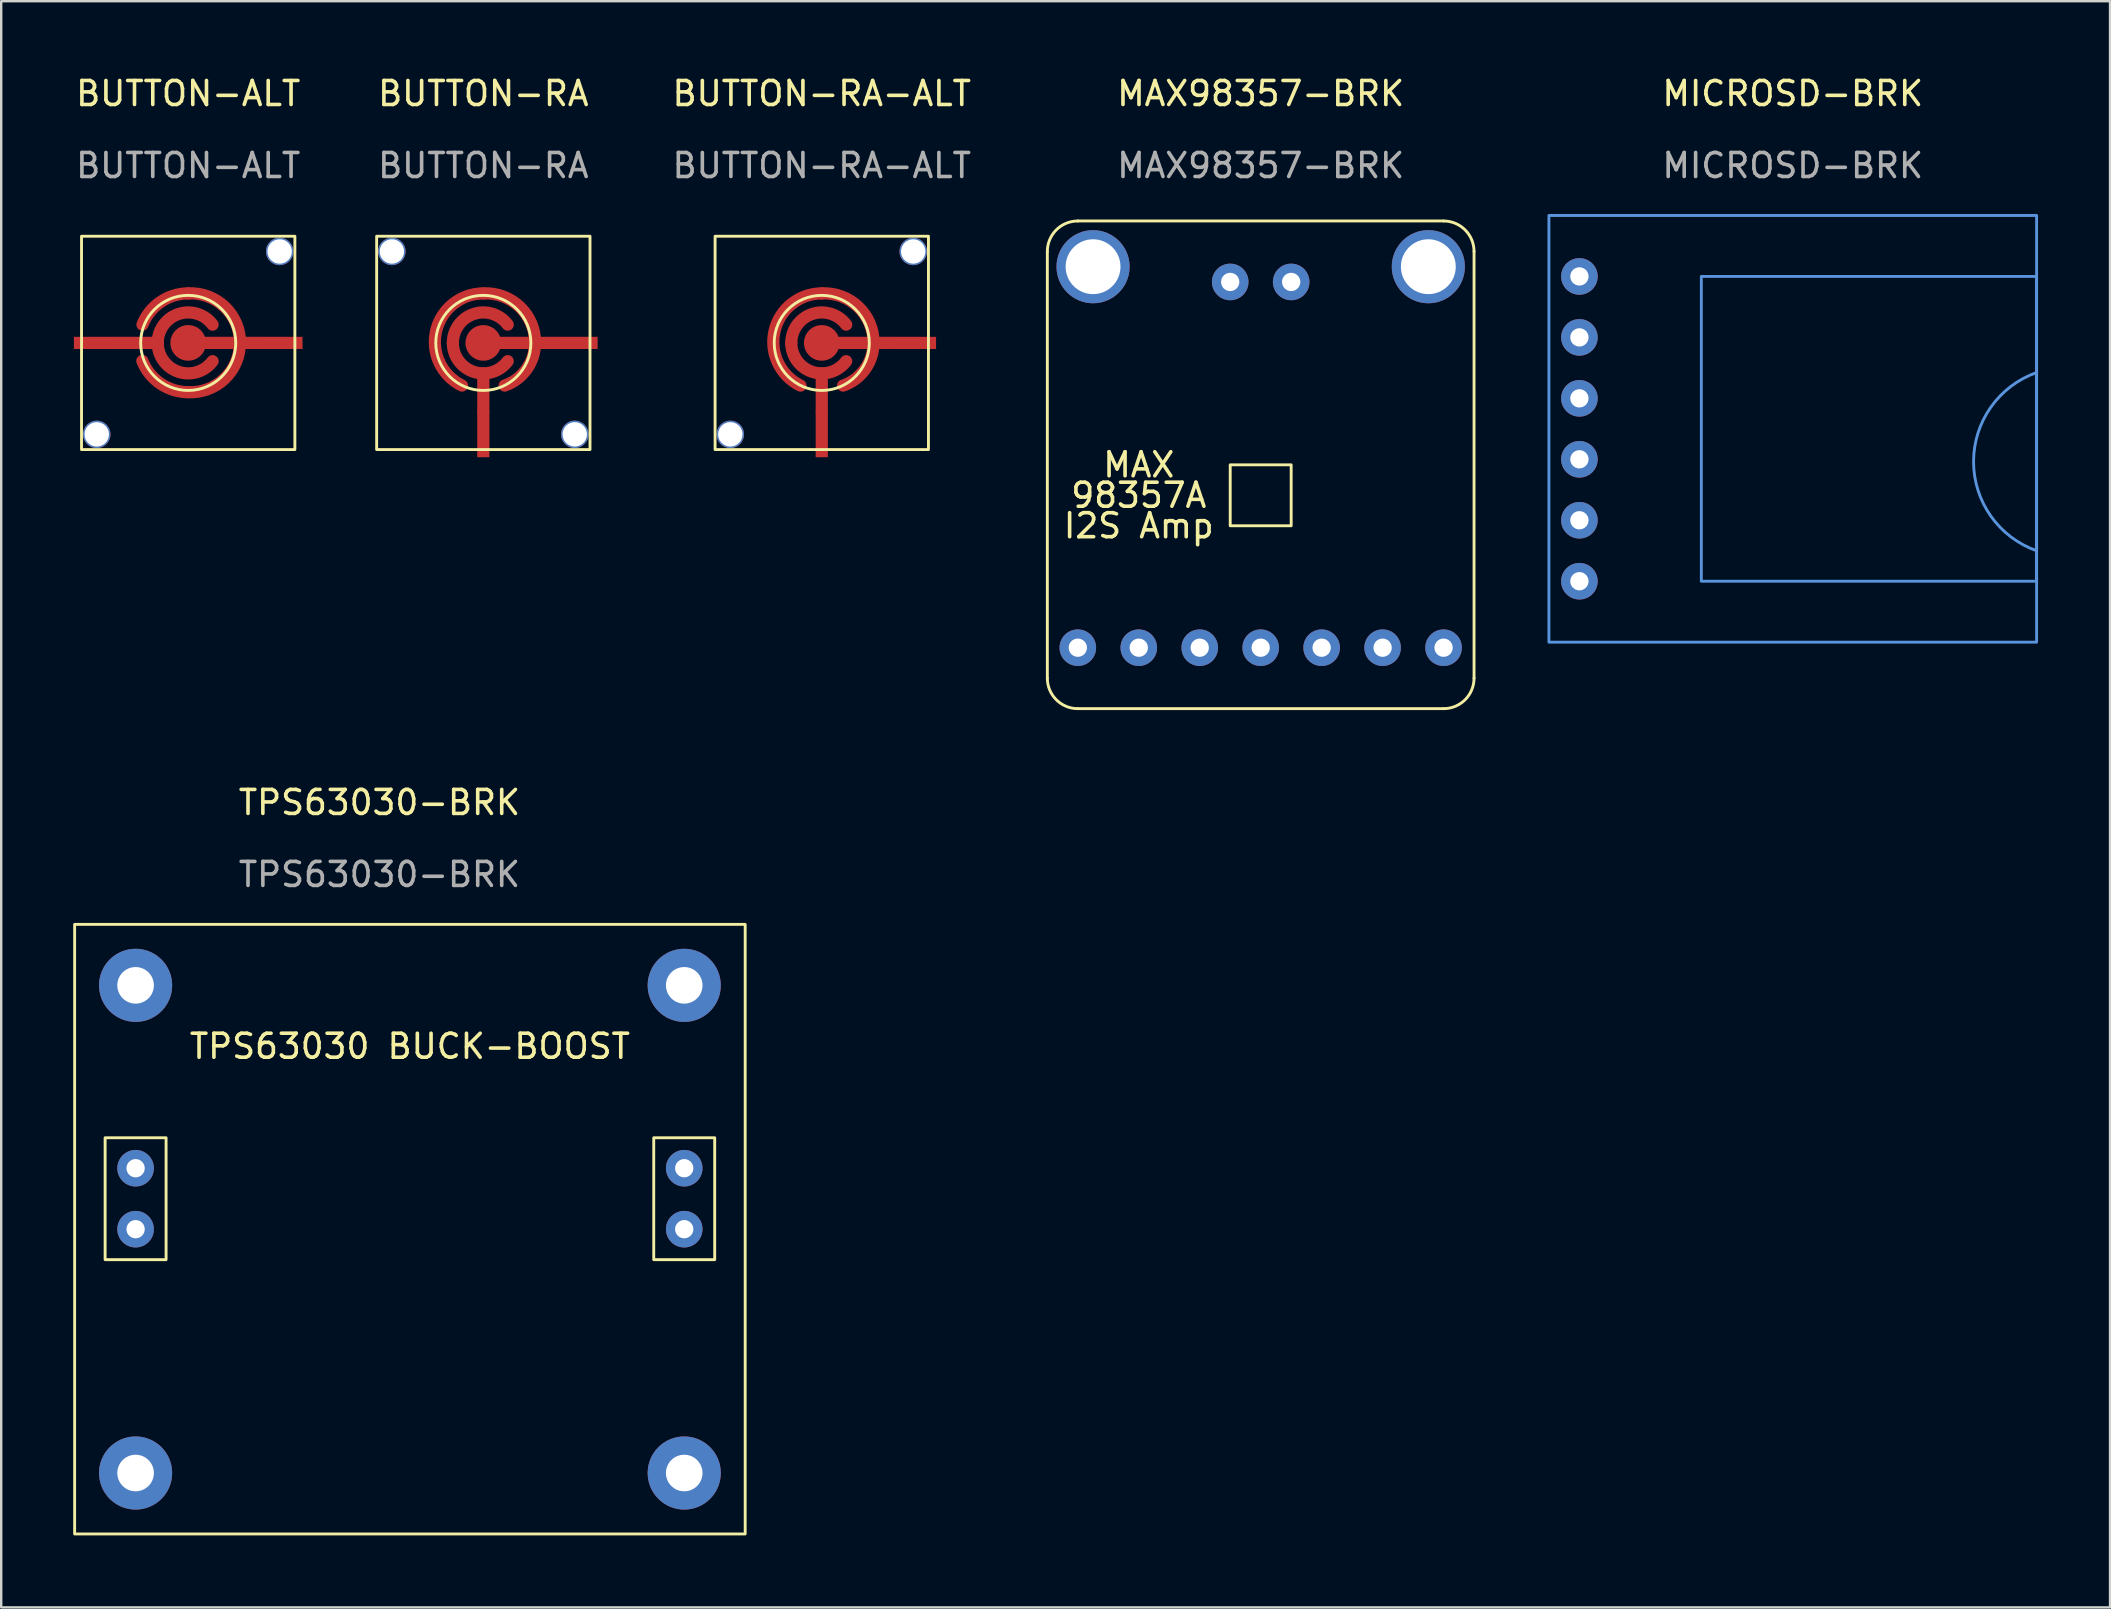
<source format=kicad_pcb>
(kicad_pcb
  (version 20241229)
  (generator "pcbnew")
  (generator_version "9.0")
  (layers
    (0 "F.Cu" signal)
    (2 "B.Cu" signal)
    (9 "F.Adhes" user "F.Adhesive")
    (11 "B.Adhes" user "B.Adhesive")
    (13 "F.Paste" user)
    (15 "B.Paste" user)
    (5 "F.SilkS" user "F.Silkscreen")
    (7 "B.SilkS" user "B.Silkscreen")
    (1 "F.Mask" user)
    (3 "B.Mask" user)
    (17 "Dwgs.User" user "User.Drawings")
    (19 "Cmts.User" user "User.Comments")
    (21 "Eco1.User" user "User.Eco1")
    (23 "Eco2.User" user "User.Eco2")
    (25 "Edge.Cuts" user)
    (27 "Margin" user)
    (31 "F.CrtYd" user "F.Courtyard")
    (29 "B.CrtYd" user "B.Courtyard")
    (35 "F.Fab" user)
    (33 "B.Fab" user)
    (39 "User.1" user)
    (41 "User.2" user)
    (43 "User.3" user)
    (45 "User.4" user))
  (footprint "BUTTON-RA-ALT"
    (layer "F.Cu")
    (at 31.191 11.238)
    (property "Reference" "BUTTON-RA-ALT" (at 0 -10.39 0) (unlocked yes) (layer "F.SilkS") (effects (font (size 1 1) (thickness 0.15))))
    (attr smd)
    (fp_line (start 0 2.857) (end 0 1.27) (stroke (width 0.508) (type solid)) (layer "F.Cu"))
    (fp_line (start 2.159 0) (end 0 0) (stroke (width 0.508) (type solid)) (layer "F.Cu"))
    (fp_line (start 2.159 0) (end 2.857 0) (stroke (width 0.508) (type solid)) (layer "F.Cu"))
    (fp_arc (start -1.27 0) (mid -0.401562 -1.204684) (end 1.016 -0.762) (stroke (width 0.508) (type solid)) (layer "F.Cu"))
    (fp_arc (start -0.889 1.778) (mid -1.967542 -0.495438) (end 0.000242 -2.06375) (stroke (width 0.508) (type solid)) (layer "F.Cu"))
    (fp_arc (start 0.000242 -2.06375) (mid 1.523981 -1.496692) (end 2.159 0) (stroke (width 0.508) (type solid)) (layer "F.Cu"))
    (fp_arc (start 1.016 0.762) (mid -0.40156 1.20468) (end -1.27 0) (stroke (width 0.508) (type solid)) (layer "F.Cu"))
    (fp_arc (start 2.152956 -0.006044) (mid 1.807582 1.089031) (end 0.889 1.778) (stroke (width 0.508) (type solid)) (layer "F.Cu"))
    (fp_circle (center 0 0) (end 0.642 0) (stroke (width 0.2) (type solid)) (fill yes) (layer "F.Cu"))
    (fp_rect (start -3.81 -3.81) (end 3.81 3.81) (stroke (width 0.12) (type solid)) (fill yes) (layer "F.Mask"))
    (fp_rect (start -4.445 -4.445) (end 4.445 4.445) (stroke (width 0.12) (type solid)) (fill no) (layer "F.SilkS"))
    (fp_circle (center 0 0) (end 1.981 0) (stroke (width 0.12) (type solid)) (fill no) (layer "F.SilkS"))
    (fp_text user "${REFERENCE}" (at 0 -7.39 0) (unlocked yes) (layer "F.Fab") (effects (font (size 1 1) (thickness 0.15))))
    (pad "" np_thru_hole circle (at -3.81 3.81 90) (size 1.143 1.143) (drill 1.016) (layers "*.Cu" "*.Mask"))
    (pad "" np_thru_hole circle (at 3.81 -3.81 90) (size 1.143 1.143) (drill 1.016) (layers "*.Cu" "*.Mask"))
    (pad "1" smd rect (at 0 4.445 90) (size 1.905 0.508) (drill (offset 0.635 0)) (layers "F.Cu" "F.Mask" "F.Paste"))
    (pad "2" smd rect (at 4.445 0) (size 1.905 0.508) (drill (offset -0.635 0)) (layers "F.Cu" "F.Mask" "F.Paste"))
    (zone (net_name "") (layer "F.Cu") (hatch edge 0.508) (connect_pads) (min_thickness 0.254) (filled_areas_thickness no) (keepout (tracks not_allowed) (vias not_allowed) (pads not_allowed) (copperpour not_allowed) (footprints not_allowed)) (placement (enabled no)) (fill) (polygon (pts (xy 34.366 9.333) (xy 34.366 13.143) (xy 33.096 14.413) (xy 29.286 14.413) (xy 28.016 13.143) (xy 28.016 9.333) (xy 29.286 8.063) (xy 33.096 8.063)))))
  (footprint "MICROSD-BRK"
    (layer "F.Cu")
    (at 71.65 11.008)
    (property "Reference" "MICROSD-BRK" (at 0 -10.16 0) (unlocked yes) (layer "F.SilkS") (effects (font (size 1 1) (thickness 0.15))))
    (attr through_hole)
    (fp_rect (start -10.16 -5.08) (end 10.16 12.7) (stroke (width 0.12) (type solid)) (fill no) (layer "Cmts.User"))
    (fp_rect (start 10.16 -2.54) (end -3.81 10.16) (stroke (width 0.12) (type solid)) (fill no) (layer "Cmts.User"))
    (fp_arc (start 10.16 8.89) (mid 7.533565 5.177759) (end 10.16 1.465517) (stroke (width 0.12) (type solid)) (layer "Cmts.User"))
    (fp_text user "${REFERENCE}" (at 0 -7.16 0) (unlocked yes) (layer "F.Fab") (effects (font (size 1 1) (thickness 0.15))))
    (pad "1" thru_hole circle (at -8.89 -2.54) (size 1.524 1.524) (drill 0.762) (layers "*.Cu" "*.Mask"))
    (pad "2" thru_hole circle (at -8.89 0) (size 1.524 1.524) (drill 0.762) (layers "*.Cu" "*.Mask"))
    (pad "3" thru_hole circle (at -8.89 2.54) (size 1.524 1.524) (drill 0.762) (layers "*.Cu" "*.Mask"))
    (pad "4" thru_hole circle (at -8.89 5.08) (size 1.524 1.524) (drill 0.762) (layers "*.Cu" "*.Mask"))
    (pad "5" thru_hole circle (at -8.89 7.62) (size 1.524 1.524) (drill 0.762) (layers "*.Cu" "*.Mask"))
    (pad "6" thru_hole circle (at -8.89 10.16) (size 1.524 1.524) (drill 0.762) (layers "*.Cu" "*.Mask")))
  (footprint "TPS63030-BRK"
    (layer "F.Cu")
    (at 12.76 40.547)
    (property "Reference" "TPS63030-BRK" (at 0 -10.16 0) (unlocked yes) (layer "F.SilkS") (effects (font (size 1 1) (thickness 0.15))))
    (attr through_hole)
    (fp_rect (start -12.7 -5.08) (end 15.24 20.32) (stroke (width 0.12) (type solid)) (fill no) (layer "F.SilkS"))
    (fp_rect (start -11.43 3.81) (end -8.89 8.89) (stroke (width 0.12) (type solid)) (fill no) (layer "F.SilkS"))
    (fp_rect (start 11.43 3.81) (end 13.97 8.89) (stroke (width 0.12) (type solid)) (fill no) (layer "F.SilkS"))
    (fp_text user "TPS63030 BUCK-BOOST" (at 1.27 0 0) (unlocked yes) (layer "F.SilkS") (effects (font (size 1 1) (thickness 0.15))))
    (fp_text user "${REFERENCE}" (at 0 -7.16 0) (unlocked yes) (layer "F.Fab") (effects (font (size 1 1) (thickness 0.15))))
    (pad "" np_thru_hole circle (at -10.16 -2.54) (size 3.048 3.048) (drill 1.524) (layers "*.Cu" "*.Mask"))
    (pad "" np_thru_hole circle (at -10.16 17.78) (size 3.048 3.048) (drill 1.524) (layers "*.Cu" "*.Mask"))
    (pad "" np_thru_hole circle (at 12.7 -2.54) (size 3.048 3.048) (drill 1.524) (layers "*.Cu" "*.Mask"))
    (pad "" np_thru_hole circle (at 12.7 17.78) (size 3.048 3.048) (drill 1.524) (layers "*.Cu" "*.Mask"))
    (pad "1" thru_hole circle (at -10.16 5.08) (size 1.524 1.524) (drill 0.762) (layers "*.Cu" "*.Mask"))
    (pad "2" thru_hole circle (at -10.16 7.62) (size 1.524 1.524) (drill 0.762) (layers "*.Cu" "*.Mask"))
    (pad "3" thru_hole circle (at 12.7 7.62) (size 1.524 1.524) (drill 0.762) (layers "*.Cu" "*.Mask"))
    (pad "4" thru_hole circle (at 12.7 5.08) (size 1.524 1.524) (drill 0.762) (layers "*.Cu" "*.Mask")))
  (footprint "MAX98357-BRK"
    (layer "F.Cu")
    (at 49.48 16.318)
    (property "Reference" "MAX98357-BRK" (at 0 -15.47 0) (unlocked yes) (layer "F.SilkS") (effects (font (size 1 1) (thickness 0.15))))
    (attr through_hole)
    (fp_line (start -8.89 8.89) (end -8.89 -8.89) (stroke (width 0.12) (type solid)) (layer "F.SilkS"))
    (fp_line (start -7.62 -10.16) (end 7.62 -10.16) (stroke (width 0.12) (type solid)) (layer "F.SilkS"))
    (fp_line (start 7.62 10.16) (end -7.62 10.16) (stroke (width 0.12) (type solid)) (layer "F.SilkS"))
    (fp_line (start 8.89 -8.89) (end 8.89 8.89) (stroke (width 0.12) (type solid)) (layer "F.SilkS"))
    (fp_rect (start -1.27 0) (end 1.27 2.54) (stroke (width 0.12) (type solid)) (fill no) (layer "F.SilkS"))
    (fp_arc (start -8.89 -8.89) (mid -8.518026 -9.788026) (end -7.62 -10.16) (stroke (width 0.12) (type solid)) (layer "F.SilkS"))
    (fp_arc (start -7.62 10.16) (mid -8.518026 9.788026) (end -8.89 8.89) (stroke (width 0.12) (type solid)) (layer "F.SilkS"))
    (fp_arc (start 7.62 -10.16) (mid 8.518026 -9.788026) (end 8.89 -8.89) (stroke (width 0.12) (type solid)) (layer "F.SilkS"))
    (fp_arc (start 8.89 8.89) (mid 8.518026 9.788026) (end 7.62 10.16) (stroke (width 0.12) (type solid)) (layer "F.SilkS"))
    (fp_text user "98357A" (at -5.08 1.27 0) (unlocked yes) (layer "F.SilkS") (effects (font (size 1 1) (thickness 0.15))))
    (fp_text user "MAX" (at -5.08 0 0) (unlocked yes) (layer "F.SilkS") (effects (font (size 1 1) (thickness 0.15))))
    (fp_text user "I2S Amp" (at -5.08 2.54 0) (unlocked yes) (layer "F.SilkS") (effects (font (size 1 1) (thickness 0.15))))
    (fp_text user "${REFERENCE}" (at 0 -12.47 0) (unlocked yes) (layer "F.Fab") (effects (font (size 1 1) (thickness 0.15))))
    (pad "" np_thru_hole circle (at -6.985 -8.255) (size 3.048 3.048) (drill 2.286) (layers "*.Cu" "*.Mask"))
    (pad "" np_thru_hole circle (at 6.985 -8.255) (size 3.048 3.048) (drill 2.286) (layers "*.Cu" "*.Mask"))
    (pad "1" thru_hole circle (at -7.62 7.62) (size 1.524 1.524) (drill 0.762) (layers "*.Cu" "*.Mask"))
    (pad "2" thru_hole circle (at -5.08 7.62) (size 1.524 1.524) (drill 0.762) (layers "*.Cu" "*.Mask"))
    (pad "3" thru_hole circle (at -2.54 7.62) (size 1.524 1.524) (drill 0.762) (layers "*.Cu" "*.Mask"))
    (pad "4" thru_hole circle (at 0 7.62) (size 1.524 1.524) (drill 0.762) (layers "*.Cu" "*.Mask"))
    (pad "5" thru_hole circle (at 2.54 7.62) (size 1.524 1.524) (drill 0.762) (layers "*.Cu" "*.Mask"))
    (pad "6" thru_hole circle (at 5.08 7.62) (size 1.524 1.524) (drill 0.762) (layers "*.Cu" "*.Mask"))
    (pad "7" thru_hole circle (at 7.62 7.62) (size 1.524 1.524) (drill 0.762) (layers "*.Cu" "*.Mask"))
    (pad "8" thru_hole circle (at -1.27 -7.62) (size 1.524 1.524) (drill 0.762) (layers "*.Cu" "*.Mask"))
    (pad "9" thru_hole circle (at 1.27 -7.62) (size 1.524 1.524) (drill 0.762) (layers "*.Cu" "*.Mask")))
  (footprint "BUTTON-RA"
    (layer "F.Cu")
    (at 17.089 11.238)
    (property "Reference" "BUTTON-RA" (at 0 -10.39 0) (unlocked yes) (layer "F.SilkS") (effects (font (size 1 1) (thickness 0.15))))
    (attr smd)
    (fp_line (start 0 2.857) (end 0 1.27) (stroke (width 0.508) (type solid)) (layer "F.Cu"))
    (fp_line (start 2.159 0) (end 0 0) (stroke (width 0.508) (type solid)) (layer "F.Cu"))
    (fp_line (start 2.159 0) (end 2.857 0) (stroke (width 0.508) (type solid)) (layer "F.Cu"))
    (fp_arc (start -1.27 0) (mid -0.401562 -1.204684) (end 1.016 -0.762) (stroke (width 0.508) (type solid)) (layer "F.Cu"))
    (fp_arc (start -0.889 1.778) (mid -1.967542 -0.495438) (end 0.000242 -2.06375) (stroke (width 0.508) (type solid)) (layer "F.Cu"))
    (fp_arc (start 0.000242 -2.06375) (mid 1.523981 -1.496692) (end 2.159 0) (stroke (width 0.508) (type solid)) (layer "F.Cu"))
    (fp_arc (start 1.016 0.762) (mid -0.40156 1.20468) (end -1.27 0) (stroke (width 0.508) (type solid)) (layer "F.Cu"))
    (fp_arc (start 2.152956 -0.006044) (mid 1.807582 1.089031) (end 0.889 1.778) (stroke (width 0.508) (type solid)) (layer "F.Cu"))
    (fp_circle (center 0 0) (end 0.642 0) (stroke (width 0.2) (type solid)) (fill yes) (layer "F.Cu"))
    (fp_rect (start -3.81 -3.81) (end 3.81 3.81) (stroke (width 0.12) (type solid)) (fill yes) (layer "F.Mask"))
    (fp_rect (start -4.445 -4.445) (end 4.445 4.445) (stroke (width 0.12) (type solid)) (fill no) (layer "F.SilkS"))
    (fp_circle (center 0 0) (end 1.981 0) (stroke (width 0.12) (type solid)) (fill no) (layer "F.SilkS"))
    (fp_text user "${REFERENCE}" (at 0 -7.39 0) (unlocked yes) (layer "F.Fab") (effects (font (size 1 1) (thickness 0.15))))
    (pad "" np_thru_hole circle (at -3.81 -3.81) (size 1.143 1.143) (drill 1.016) (layers "*.Cu" "*.Mask"))
    (pad "" np_thru_hole circle (at 3.81 3.81) (size 1.143 1.143) (drill 1.016) (layers "*.Cu" "*.Mask"))
    (pad "1" smd rect (at 0 4.445 90) (size 1.905 0.508) (drill (offset 0.635 0)) (layers "F.Cu" "F.Mask" "F.Paste"))
    (pad "2" smd rect (at 4.445 0) (size 1.905 0.508) (drill (offset -0.635 0)) (layers "F.Cu" "F.Mask" "F.Paste"))
    (zone (net_name "") (layer "F.Cu") (hatch edge 0.508) (connect_pads) (min_thickness 0.254) (filled_areas_thickness no) (keepout (tracks not_allowed) (vias not_allowed) (pads not_allowed) (copperpour not_allowed) (footprints not_allowed)) (placement (enabled no)) (fill) (polygon (pts (xy 20.264 9.333) (xy 20.264 13.143) (xy 18.994 14.413) (xy 15.184 14.413) (xy 13.914 13.143) (xy 13.914 9.333) (xy 15.184 8.063) (xy 18.994 8.063)))))
  (footprint "BUTTON-ALT"
    (layer "F.Cu")
    (at 4.792 11.238)
    (property "Reference" "BUTTON-ALT" (at 0 -10.39 0) (unlocked yes) (layer "F.SilkS") (effects (font (size 1 1) (thickness 0.15))))
    (attr smd)
    (fp_line (start -2.857 0) (end -1.27 0) (stroke (width 0.508) (type solid)) (layer "F.Cu"))
    (fp_line (start 2.159 0) (end 0 0) (stroke (width 0.508) (type solid)) (layer "F.Cu"))
    (fp_line (start 2.159 0) (end 2.857 0) (stroke (width 0.508) (type solid)) (layer "F.Cu"))
    (fp_arc (start -1.905 -0.762) (mid -1.152614 -1.705939) (end 0.000242 -2.06375) (stroke (width 0.508) (type solid)) (layer "F.Cu"))
    (fp_arc (start -1.27 0) (mid -0.401562 -1.204684) (end 1.016 -0.762) (stroke (width 0.508) (type solid)) (layer "F.Cu"))
    (fp_arc (start -0.005043 2.052823) (mid -1.157899 1.695013) (end -1.910285 0.751073) (stroke (width 0.508) (type solid)) (layer "F.Cu"))
    (fp_arc (start 0.000242 -2.06375) (mid 1.523981 -1.496692) (end 2.159 0) (stroke (width 0.508) (type solid)) (layer "F.Cu"))
    (fp_arc (start 1.016 0.762) (mid -0.40156 1.20468) (end -1.27 0) (stroke (width 0.508) (type solid)) (layer "F.Cu"))
    (fp_arc (start 2.152956 -0.006044) (mid 1.51788 1.488687) (end -0.005043 2.052823) (stroke (width 0.508) (type solid)) (layer "F.Cu"))
    (fp_circle (center 0 0) (end 0.642 0) (stroke (width 0.2) (type solid)) (fill yes) (layer "F.Cu"))
    (fp_rect (start -3.81 -3.81) (end 3.81 3.81) (stroke (width 0.12) (type solid)) (fill yes) (layer "F.Mask"))
    (fp_rect (start -4.445 -4.445) (end 4.445 4.445) (stroke (width 0.12) (type solid)) (fill no) (layer "F.SilkS"))
    (fp_circle (center 0 0) (end 1.981 0) (stroke (width 0.12) (type solid)) (fill no) (layer "F.SilkS"))
    (fp_text user "${REFERENCE}" (at 0 -7.39 0) (unlocked yes) (layer "F.Fab") (effects (font (size 1 1) (thickness 0.15))))
    (pad "" np_thru_hole circle (at -3.81 3.81 90) (size 1.143 1.143) (drill 1.016) (layers "*.Cu" "*.Mask"))
    (pad "" np_thru_hole circle (at 3.81 -3.81 90) (size 1.143 1.143) (drill 1.016) (layers "*.Cu" "*.Mask"))
    (pad "1" smd rect (at -4.445 0) (size 1.905 0.508) (drill (offset 0.635 0)) (layers "F.Cu" "F.Mask" "F.Paste"))
    (pad "2" smd rect (at 4.445 0) (size 1.905 0.508) (drill (offset -0.635 0)) (layers "F.Cu" "F.Mask" "F.Paste"))
    (zone (net_name "") (layer "F.Cu") (hatch edge 0.508) (connect_pads) (min_thickness 0.254) (filled_areas_thickness no) (keepout (tracks not_allowed) (vias not_allowed) (pads not_allowed) (copperpour not_allowed) (footprints not_allowed)) (placement (enabled no)) (fill) (polygon (pts (xy 7.967 9.333) (xy 7.967 13.143) (xy 6.697 14.413) (xy 2.887 14.413) (xy 1.617 13.143) (xy 1.617 9.333) (xy 2.887 8.063) (xy 6.697 8.063)))))
  (gr_rect
    (start -3 -3)
    (end 84.87 63.926)
    (stroke (width 0.1) (type default))
    (fill no)
    (layer "Edge.Cuts")))
</source>
